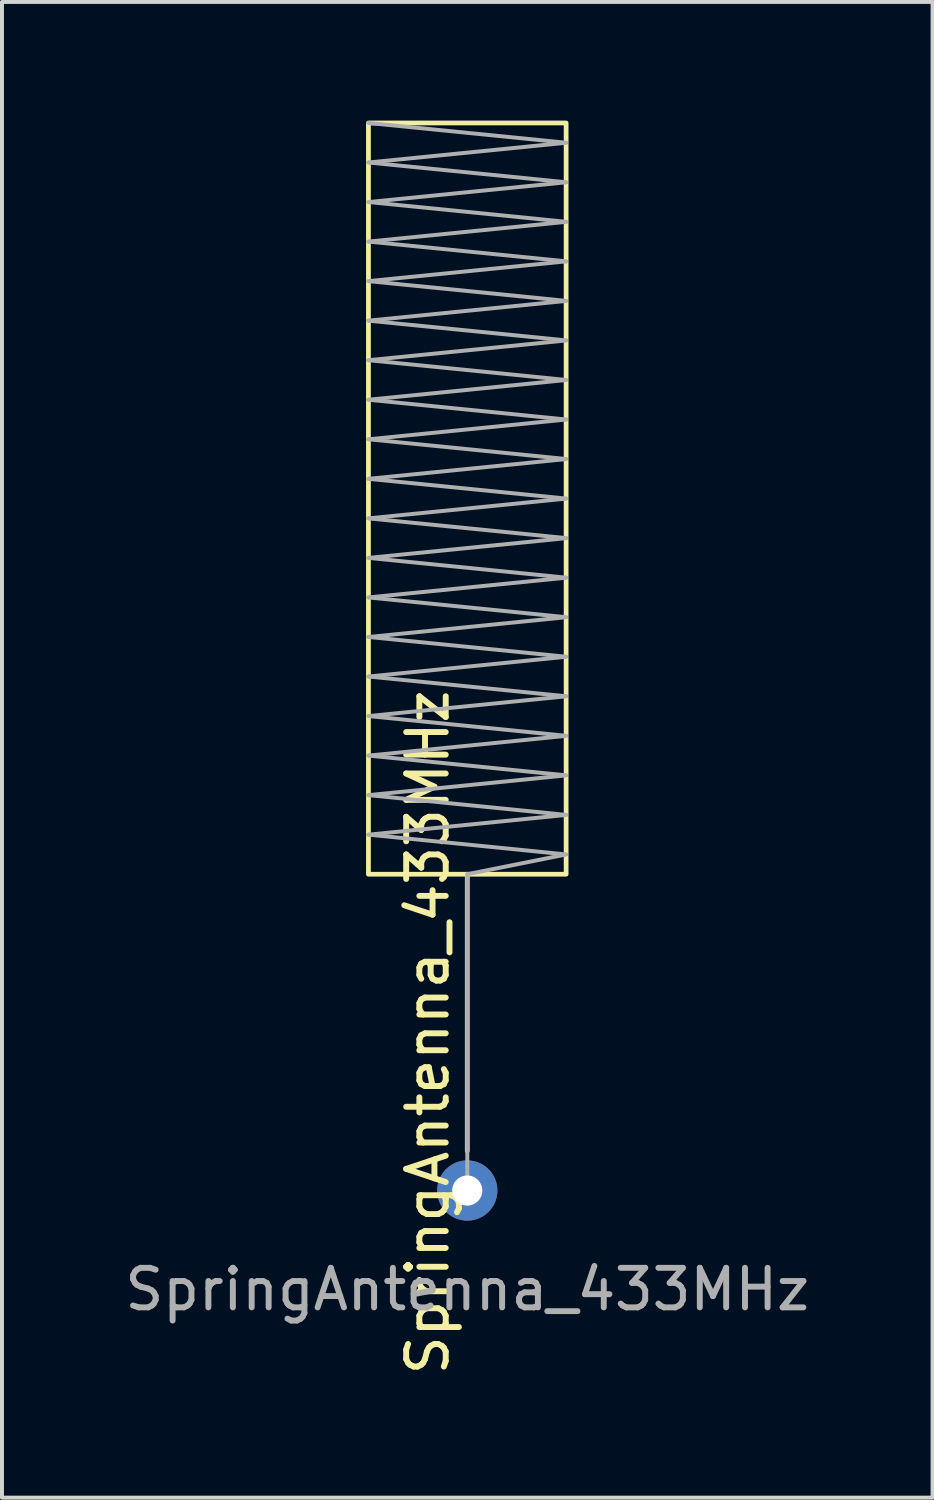
<source format=kicad_pcb>
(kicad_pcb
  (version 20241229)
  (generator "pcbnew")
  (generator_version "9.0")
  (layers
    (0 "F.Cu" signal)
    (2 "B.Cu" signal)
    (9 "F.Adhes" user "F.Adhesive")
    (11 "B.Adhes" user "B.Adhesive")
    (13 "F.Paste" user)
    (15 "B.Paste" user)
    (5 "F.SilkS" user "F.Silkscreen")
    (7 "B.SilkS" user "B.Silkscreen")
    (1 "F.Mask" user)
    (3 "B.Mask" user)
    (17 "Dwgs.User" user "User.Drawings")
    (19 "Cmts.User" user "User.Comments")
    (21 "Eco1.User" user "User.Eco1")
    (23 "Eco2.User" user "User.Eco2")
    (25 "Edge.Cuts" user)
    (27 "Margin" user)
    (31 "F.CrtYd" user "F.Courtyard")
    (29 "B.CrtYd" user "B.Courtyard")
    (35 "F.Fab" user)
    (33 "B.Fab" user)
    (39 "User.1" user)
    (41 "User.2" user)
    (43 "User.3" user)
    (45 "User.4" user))
  (footprint "SpringAntenna_433MHz"
    (layer "F.Cu")
    (at 8.768 27.06)
    (property "Reference" "SpringAntenna_433MHz" (at -1 -4 90) (unlocked yes) (layer "F.SilkS") (effects (font (size 1 1) (thickness 0.15))))
    (attr through_hole)
    (fp_line (start 0 -8) (end 0 -1) (stroke (width 0.12) (type default)) (layer "F.SilkS"))
    (fp_rect (start -2.5 -27) (end 2.5 -8) (stroke (width 0.12) (type default)) (fill no) (layer "F.SilkS"))
    (fp_line (start -2.5 -26) (end 2.5 -26.5) (stroke (width 0.1) (type default)) (layer "F.Fab"))
    (fp_line (start -2.5 -25) (end 2.5 -25.5) (stroke (width 0.1) (type default)) (layer "F.Fab"))
    (fp_line (start -2.5 -24) (end 2.5 -24.5) (stroke (width 0.1) (type default)) (layer "F.Fab"))
    (fp_line (start -2.5 -23) (end 2.5 -23.5) (stroke (width 0.1) (type default)) (layer "F.Fab"))
    (fp_line (start -2.5 -22) (end 2.5 -22.5) (stroke (width 0.1) (type default)) (layer "F.Fab"))
    (fp_line (start -2.5 -21) (end 2.5 -21.5) (stroke (width 0.1) (type default)) (layer "F.Fab"))
    (fp_line (start -2.5 -20) (end 2.5 -20.5) (stroke (width 0.1) (type default)) (layer "F.Fab"))
    (fp_line (start -2.5 -19) (end 2.5 -19.5) (stroke (width 0.1) (type default)) (layer "F.Fab"))
    (fp_line (start -2.5 -18) (end 2.5 -18.5) (stroke (width 0.1) (type default)) (layer "F.Fab"))
    (fp_line (start -2.5 -17) (end 2.5 -17.5) (stroke (width 0.1) (type default)) (layer "F.Fab"))
    (fp_line (start -2.5 -16) (end 2.5 -16.5) (stroke (width 0.1) (type default)) (layer "F.Fab"))
    (fp_line (start -2.5 -15) (end 2.5 -15.5) (stroke (width 0.1) (type default)) (layer "F.Fab"))
    (fp_line (start -2.5 -14) (end 2.5 -14.5) (stroke (width 0.1) (type default)) (layer "F.Fab"))
    (fp_line (start -2.5 -13) (end 2.5 -13.5) (stroke (width 0.1) (type default)) (layer "F.Fab"))
    (fp_line (start -2.5 -12) (end 2.5 -12.5) (stroke (width 0.1) (type default)) (layer "F.Fab"))
    (fp_line (start -2.5 -11) (end 2.5 -11.5) (stroke (width 0.1) (type default)) (layer "F.Fab"))
    (fp_line (start -2.5 -10) (end 2.5 -10.5) (stroke (width 0.1) (type default)) (layer "F.Fab"))
    (fp_line (start -2.5 -9) (end 2.5 -9.5) (stroke (width 0.1) (type default)) (layer "F.Fab"))
    (fp_line (start 0 -8) (end 2.5 -8.5) (stroke (width 0.1) (type default)) (layer "F.Fab"))
    (fp_line (start 0 0) (end 0 -8) (stroke (width 0.1) (type default)) (layer "F.Fab"))
    (fp_line (start 2.5 -26.5) (end -2.5 -27) (stroke (width 0.1) (type default)) (layer "F.Fab"))
    (fp_line (start 2.5 -25.5) (end -2.5 -26) (stroke (width 0.1) (type default)) (layer "F.Fab"))
    (fp_line (start 2.5 -24.5) (end -2.5 -25) (stroke (width 0.1) (type default)) (layer "F.Fab"))
    (fp_line (start 2.5 -23.5) (end -2.5 -24) (stroke (width 0.1) (type default)) (layer "F.Fab"))
    (fp_line (start 2.5 -22.5) (end -2.5 -23) (stroke (width 0.1) (type default)) (layer "F.Fab"))
    (fp_line (start 2.5 -21.5) (end -2.5 -22) (stroke (width 0.1) (type default)) (layer "F.Fab"))
    (fp_line (start 2.5 -20.5) (end -2.5 -21) (stroke (width 0.1) (type default)) (layer "F.Fab"))
    (fp_line (start 2.5 -19.5) (end -2.5 -20) (stroke (width 0.1) (type default)) (layer "F.Fab"))
    (fp_line (start 2.5 -18.5) (end -2.5 -19) (stroke (width 0.1) (type default)) (layer "F.Fab"))
    (fp_line (start 2.5 -17.5) (end -2.5 -18) (stroke (width 0.1) (type default)) (layer "F.Fab"))
    (fp_line (start 2.5 -16.5) (end -2.5 -17) (stroke (width 0.1) (type default)) (layer "F.Fab"))
    (fp_line (start 2.5 -15.5) (end -2.5 -16) (stroke (width 0.1) (type default)) (layer "F.Fab"))
    (fp_line (start 2.5 -14.5) (end -2.5 -15) (stroke (width 0.1) (type default)) (layer "F.Fab"))
    (fp_line (start 2.5 -13.5) (end -2.5 -14) (stroke (width 0.1) (type default)) (layer "F.Fab"))
    (fp_line (start 2.5 -12.5) (end -2.5 -13) (stroke (width 0.1) (type default)) (layer "F.Fab"))
    (fp_line (start 2.5 -11.5) (end -2.5 -12) (stroke (width 0.1) (type default)) (layer "F.Fab"))
    (fp_line (start 2.5 -10.5) (end -2.5 -11) (stroke (width 0.1) (type default)) (layer "F.Fab"))
    (fp_line (start 2.5 -9.5) (end -2.5 -10) (stroke (width 0.1) (type default)) (layer "F.Fab"))
    (fp_line (start 2.5 -8.5) (end -2.5 -9) (stroke (width 0.1) (type default)) (layer "F.Fab"))
    (fp_text user "${REFERENCE}" (at 0 2.5 0) (unlocked yes) (layer "F.Fab") (effects (font (size 1 1) (thickness 0.15))))
    (pad "1" thru_hole circle (at 0 0) (size 1.524 1.524) (drill 0.762) (layers "*.Cu" "*.Mask")))
  (gr_rect
    (start -3 -3)
    (end 20.536 34.828)
    (stroke (width 0.1) (type default))
    (fill no)
    (layer "Edge.Cuts")))
</source>
